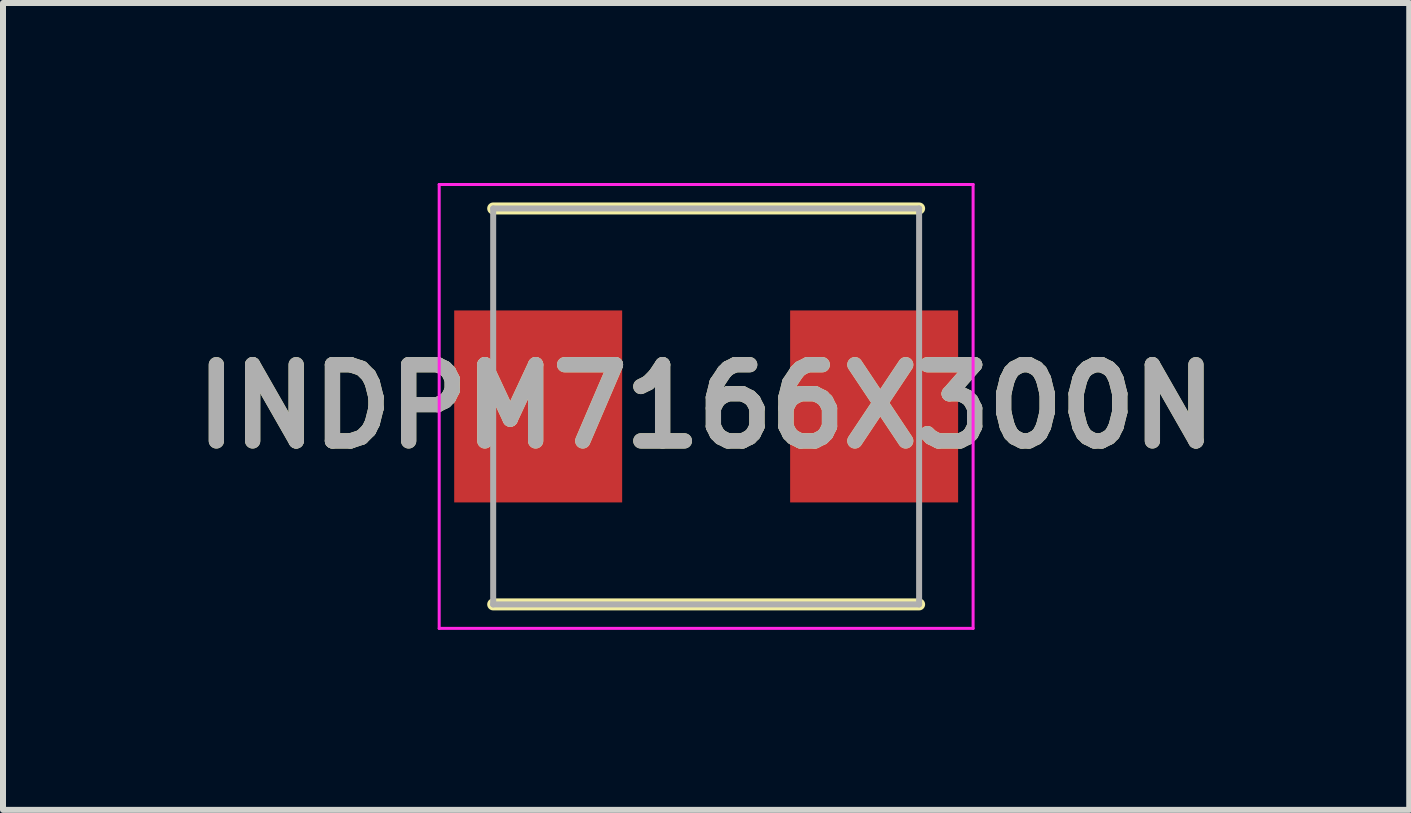
<source format=kicad_pcb>
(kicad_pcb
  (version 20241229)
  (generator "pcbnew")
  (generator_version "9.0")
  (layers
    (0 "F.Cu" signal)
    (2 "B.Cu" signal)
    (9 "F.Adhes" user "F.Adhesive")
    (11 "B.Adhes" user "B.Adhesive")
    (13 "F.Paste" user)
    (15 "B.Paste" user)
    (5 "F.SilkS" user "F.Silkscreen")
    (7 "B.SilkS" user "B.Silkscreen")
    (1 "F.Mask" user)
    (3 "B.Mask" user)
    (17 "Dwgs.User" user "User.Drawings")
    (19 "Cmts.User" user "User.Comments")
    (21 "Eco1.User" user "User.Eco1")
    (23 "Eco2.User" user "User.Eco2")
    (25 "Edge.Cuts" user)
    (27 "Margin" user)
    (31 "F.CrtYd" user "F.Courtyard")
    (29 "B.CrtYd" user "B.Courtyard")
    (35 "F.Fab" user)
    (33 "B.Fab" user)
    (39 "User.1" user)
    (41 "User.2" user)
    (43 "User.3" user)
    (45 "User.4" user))
  (footprint "INDPM7166X300N"
    (layer "F.Cu")
    (at 8.721 3.725)
    (property "Reference" "INDPM7166X300N" (at 0 0 0) (layer "F.SilkS") (effects (font (size 1.27 1.27) (thickness 0.254))))
    (attr smd)
    (fp_line (start -3.55 3.3) (end 3.55 3.3) (stroke (width 0.2) (type solid)) (layer "F.SilkS"))
    (fp_line (start 3.55 -3.3) (end -3.55 -3.3) (stroke (width 0.2) (type solid)) (layer "F.SilkS"))
    (fp_line (start -4.45 -3.7) (end 4.45 -3.7) (stroke (width 0.05) (type solid)) (layer "F.CrtYd"))
    (fp_line (start -4.45 3.7) (end -4.45 -3.7) (stroke (width 0.05) (type solid)) (layer "F.CrtYd"))
    (fp_line (start 4.45 -3.7) (end 4.45 3.7) (stroke (width 0.05) (type solid)) (layer "F.CrtYd"))
    (fp_line (start 4.45 3.7) (end -4.45 3.7) (stroke (width 0.05) (type solid)) (layer "F.CrtYd"))
    (fp_line (start -3.55 -3.3) (end 3.55 -3.3) (stroke (width 0.1) (type solid)) (layer "F.Fab"))
    (fp_line (start -3.55 3.3) (end -3.55 -3.3) (stroke (width 0.1) (type solid)) (layer "F.Fab"))
    (fp_line (start 3.55 -3.3) (end 3.55 3.3) (stroke (width 0.1) (type solid)) (layer "F.Fab"))
    (fp_line (start 3.55 3.3) (end -3.55 3.3) (stroke (width 0.1) (type solid)) (layer "F.Fab"))
    (fp_text user "${REFERENCE}" (at 0 0 0) (layer "F.Fab") (effects (font (size 1.27 1.27) (thickness 0.254))))
    (pad "1" smd rect (at -2.8 0) (size 2.8 3.2) (layers "F.Cu" "F.Mask" "F.Paste"))
    (pad "2" smd rect (at 2.8 0) (size 2.8 3.2) (layers "F.Cu" "F.Mask" "F.Paste")))
  (gr_rect
    (start -3 -3)
    (end 20.441 10.45)
    (stroke (width 0.1) (type default))
    (fill no)
    (layer "Edge.Cuts")))
</source>
